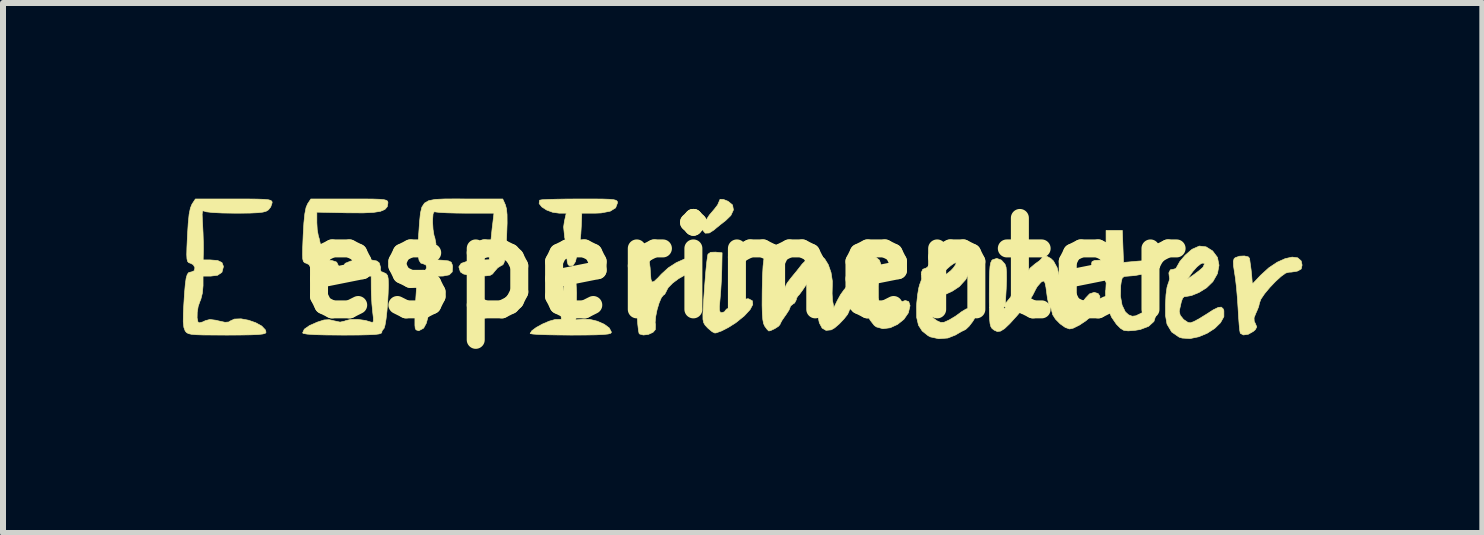
<source format=kicad_pcb>
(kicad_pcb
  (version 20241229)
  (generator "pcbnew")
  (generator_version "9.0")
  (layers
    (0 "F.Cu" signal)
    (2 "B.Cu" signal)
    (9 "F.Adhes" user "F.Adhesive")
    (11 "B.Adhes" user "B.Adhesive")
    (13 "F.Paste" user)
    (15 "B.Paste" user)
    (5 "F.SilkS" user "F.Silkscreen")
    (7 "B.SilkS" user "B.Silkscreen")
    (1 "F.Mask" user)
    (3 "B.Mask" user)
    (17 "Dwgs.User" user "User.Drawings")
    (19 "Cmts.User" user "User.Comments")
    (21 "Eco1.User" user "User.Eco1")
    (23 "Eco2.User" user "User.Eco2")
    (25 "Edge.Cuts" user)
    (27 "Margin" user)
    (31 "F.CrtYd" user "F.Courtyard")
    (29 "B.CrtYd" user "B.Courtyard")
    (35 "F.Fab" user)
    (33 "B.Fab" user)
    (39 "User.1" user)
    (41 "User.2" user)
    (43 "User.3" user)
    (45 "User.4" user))
  (footprint "esperimenter"
    (layer "F.Cu")
    (at 9.344 1.418)
    (property "Reference" "esperimenter" (at 0 0 0) (layer "F.SilkS") (effects (font (size 1.524 1.524) (thickness 0.3))))
    (attr through_hole)
    (fp_poly (pts (xy -0.333 -1.143) (xy -0.256 -1.112) (xy -0.182 -1.051) (xy -0.167 -0.969) (xy -0.21 -0.876) (xy -0.296 -0.792) (xy -0.389 -0.72) (xy -0.469 -0.654) (xy -0.489 -0.636) (xy -0.57 -0.584) (xy -0.637 -0.581) (xy -0.674 -0.625) (xy -0.677 -0.653) (xy -0.651 -0.755) (xy -0.568 -0.883) (xy -0.484 -0.982) (xy -0.431 -1.051) (xy -0.407 -1.106) (xy -0.406 -1.109) (xy -0.39 -1.146) (xy -0.333 -1.143)) (stroke (width 0.01) (type solid)) (fill yes) (layer "F.SilkS"))
    (fp_poly (pts (xy -2.816 0.129) (xy -2.791 0.24) (xy -2.782 0.413) (xy -2.784 0.526) (xy -2.794 0.865) (xy -2.686 0.852) (xy -2.563 0.856) (xy -2.435 0.887) (xy -2.32 0.938) (xy -2.237 1) (xy -2.202 1.067) (xy -2.201 1.072) (xy -2.213 1.088) (xy -2.255 1.1) (xy -2.333 1.108) (xy -2.457 1.114) (xy -2.632 1.117) (xy -2.867 1.118) (xy -2.879 1.118) (xy -3.085 1.116) (xy -3.265 1.113) (xy -3.411 1.108) (xy -3.51 1.101) (xy -3.555 1.093) (xy -3.556 1.091) (xy -3.527 1.045) (xy -3.451 0.989) (xy -3.348 0.933) (xy -3.238 0.886) (xy -3.139 0.858) (xy -3.07 0.857) (xy -3.068 0.858) (xy -3.036 0.853) (xy -3.039 0.809) (xy -3.046 0.733) (xy -3.04 0.618) (xy -3.024 0.482) (xy -3.002 0.343) (xy -2.975 0.218) (xy -2.948 0.123) (xy -2.922 0.078) (xy -2.92 0.076) (xy -2.859 0.075) (xy -2.816 0.129)) (stroke (width 0.01) (type solid)) (fill yes) (layer "F.SilkS"))
    (fp_poly (pts (xy -0.356 -0.254) (xy -0.361 0.017) (xy -0.367 0.187) (xy -0.378 0.369) (xy -0.39 0.516) (xy -0.401 0.639) (xy -0.4 0.708) (xy -0.385 0.739) (xy -0.36 0.745) (xy -0.312 0.728) (xy -0.305 0.711) (xy -0.277 0.681) (xy -0.256 0.677) (xy -0.194 0.652) (xy -0.179 0.635) (xy -0.115 0.576) (xy -0.02 0.53) (xy 0.071 0.512) (xy 0.088 0.514) (xy 0.149 0.547) (xy 0.155 0.609) (xy 0.11 0.694) (xy 0.016 0.796) (xy -0.122 0.908) (xy -0.135 0.917) (xy -0.252 0.991) (xy -0.365 1.049) (xy -0.454 1.081) (xy -0.477 1.084) (xy -0.522 1.062) (xy -0.587 1.008) (xy -0.599 0.996) (xy -0.639 0.953) (xy -0.663 0.912) (xy -0.675 0.856) (xy -0.676 0.77) (xy -0.669 0.638) (xy -0.665 0.564) (xy -0.645 0.277) (xy -0.627 0.051) (xy -0.61 -0.112) (xy -0.596 -0.209) (xy -0.591 -0.231) (xy -0.547 -0.262) (xy -0.466 -0.265) (xy -0.356 -0.254)) (stroke (width 0.01) (type solid)) (fill yes) (layer "F.SilkS"))
    (fp_poly (pts (xy -2.515 -1.151) (xy -2.351 -1.15) (xy -2.237 -1.146) (xy -2.164 -1.139) (xy -2.123 -1.128) (xy -2.104 -1.112) (xy -2.1 -1.09) (xy -2.1 -1.086) (xy -2.131 -1.003) (xy -2.222 -0.947) (xy -2.373 -0.918) (xy -2.473 -0.914) (xy -2.695 -0.914) (xy -2.704 -0.689) (xy -2.711 -0.569) (xy -2.721 -0.476) (xy -2.732 -0.431) (xy -2.747 -0.382) (xy -2.764 -0.289) (xy -2.773 -0.226) (xy -2.8 -0.108) (xy -2.842 -0.042) (xy -2.894 -0.035) (xy -2.923 -0.055) (xy -2.937 -0.101) (xy -2.946 -0.188) (xy -2.947 -0.234) (xy -2.955 -0.363) (xy -2.975 -0.488) (xy -2.981 -0.514) (xy -2.998 -0.684) (xy -2.985 -0.776) (xy -2.954 -0.914) (xy -3.07 -0.914) (xy -3.18 -0.929) (xy -3.282 -0.967) (xy -3.362 -1.019) (xy -3.406 -1.075) (xy -3.4 -1.126) (xy -3.396 -1.131) (xy -3.357 -1.138) (xy -3.261 -1.143) (xy -3.12 -1.147) (xy -2.943 -1.15) (xy -2.743 -1.151) (xy -2.738 -1.151) (xy -2.515 -1.151)) (stroke (width 0.01) (type solid)) (fill yes) (layer "F.SilkS"))
    (fp_poly (pts (xy -1.638 -0.197) (xy -1.596 -0.172) (xy -1.571 -0.112) (xy -1.556 -0.004) (xy -1.55 0.09) (xy -1.542 0.188) (xy -1.525 0.233) (xy -1.489 0.224) (xy -1.424 0.163) (xy -1.369 0.103) (xy -1.253 -0.003) (xy -1.122 -0.088) (xy -0.99 -0.147) (xy -0.867 -0.177) (xy -0.769 -0.174) (xy -0.706 -0.132) (xy -0.698 -0.116) (xy -0.696 -0.032) (xy -0.753 0.037) (xy -0.861 0.081) (xy -0.881 0.085) (xy -0.975 0.117) (xy -1.081 0.177) (xy -1.18 0.251) (xy -1.254 0.326) (xy -1.287 0.387) (xy -1.287 0.391) (xy -1.314 0.44) (xy -1.332 0.45) (xy -1.368 0.493) (xy -1.406 0.582) (xy -1.44 0.695) (xy -1.463 0.81) (xy -1.472 0.907) (xy -1.467 0.945) (xy -1.469 1.027) (xy -1.508 1.072) (xy -1.585 1.107) (xy -1.669 1.117) (xy -1.731 1.1) (xy -1.74 1.09) (xy -1.75 1.042) (xy -1.762 0.937) (xy -1.773 0.784) (xy -1.784 0.593) (xy -1.794 0.374) (xy -1.802 0.137) (xy -1.802 0.135) (xy -1.812 -0.186) (xy -1.705 -0.197) (xy -1.638 -0.197)) (stroke (width 0.01) (type solid)) (fill yes) (layer "F.SilkS"))
    (fp_poly (pts (xy -6.346 -1.151) (xy -6.181 -1.15) (xy -6.067 -1.146) (xy -5.993 -1.139) (xy -5.951 -1.128) (xy -5.932 -1.113) (xy -5.927 -1.091) (xy -5.927 -1.085) (xy -5.938 -1.022) (xy -5.977 -0.977) (xy -6.052 -0.945) (xy -6.169 -0.927) (xy -6.338 -0.919) (xy -6.565 -0.92) (xy -6.602 -0.92) (xy -7.112 -0.931) (xy -7.112 -0.755) (xy -7.105 -0.635) (xy -7.086 -0.531) (xy -7.074 -0.495) (xy -7.052 -0.396) (xy -7.07 -0.273) (xy -7.105 -0.135) (xy -6.963 -0.135) (xy -6.864 -0.126) (xy -6.792 -0.103) (xy -6.78 -0.095) (xy -6.742 -0.018) (xy -6.76 0.06) (xy -6.805 0.1) (xy -6.892 0.127) (xy -7.001 0.134) (xy -7.104 0.124) (xy -7.171 0.097) (xy -7.173 0.095) (xy -7.209 0.026) (xy -7.214 -0.003) (xy -7.242 -0.056) (xy -7.287 -0.079) (xy -7.316 -0.089) (xy -7.336 -0.11) (xy -7.347 -0.151) (xy -7.35 -0.225) (xy -7.348 -0.342) (xy -7.341 -0.515) (xy -7.34 -0.542) (xy -7.328 -0.753) (xy -7.312 -0.906) (xy -7.292 -1.008) (xy -7.266 -1.069) (xy -7.212 -1.151) (xy -6.569 -1.151) (xy -6.346 -1.151)) (stroke (width 0.01) (type solid)) (fill yes) (layer "F.SilkS"))
    (fp_poly (pts (xy 8.416 -0.186) (xy 8.437 -0.161) (xy 8.446 -0.093) (xy 8.452 -0.051) (xy 8.463 0.029) (xy 8.473 0.132) (xy 8.474 0.142) (xy 8.484 0.267) (xy 8.623 0.12) (xy 8.758 -0.003) (xy 8.897 -0.096) (xy 9.03 -0.156) (xy 9.147 -0.182) (xy 9.24 -0.17) (xy 9.298 -0.118) (xy 9.313 -0.049) (xy 9.298 0.016) (xy 9.239 0.05) (xy 9.213 0.056) (xy 9.135 0.068) (xy 9.093 0.07) (xy 9.04 0.084) (xy 8.961 0.141) (xy 8.868 0.226) (xy 8.773 0.326) (xy 8.688 0.428) (xy 8.627 0.518) (xy 8.602 0.584) (xy 8.602 0.587) (xy 8.588 0.647) (xy 8.553 0.732) (xy 8.546 0.745) (xy 8.512 0.83) (xy 8.515 0.889) (xy 8.534 0.926) (xy 8.557 0.982) (xy 8.533 1.028) (xy 8.501 1.056) (xy 8.415 1.105) (xy 8.334 1.116) (xy 8.283 1.088) (xy 8.274 1.044) (xy 8.264 0.947) (xy 8.254 0.813) (xy 8.247 0.69) (xy 8.235 0.508) (xy 8.219 0.322) (xy 8.2 0.16) (xy 8.189 0.09) (xy 8.17 -0.036) (xy 8.167 -0.112) (xy 8.179 -0.154) (xy 8.198 -0.172) (xy 8.269 -0.197) (xy 8.351 -0.201) (xy 8.416 -0.186)) (stroke (width 0.01) (type solid)) (fill yes) (layer "F.SilkS"))
    (fp_poly (pts (xy -6.192 -0.132) (xy -6.116 -0.118) (xy -6.076 -0.09) (xy -6.068 -0.076) (xy -6.049 -0.006) (xy -6.053 0.025) (xy -6.04 0.062) (xy -6.015 0.068) (xy -5.957 0.095) (xy -5.932 0.127) (xy -5.922 0.182) (xy -5.919 0.285) (xy -5.923 0.418) (xy -5.931 0.568) (xy -5.943 0.717) (xy -5.958 0.85) (xy -5.975 0.951) (xy -5.991 1.006) (xy -5.996 1.01) (xy -6.026 1.049) (xy -6.028 1.07) (xy -6.038 1.086) (xy -6.074 1.099) (xy -6.144 1.108) (xy -6.256 1.113) (xy -6.417 1.117) (xy -6.637 1.118) (xy -6.689 1.118) (xy -6.95 1.116) (xy -7.144 1.111) (xy -7.274 1.102) (xy -7.34 1.09) (xy -7.349 1.081) (xy -7.321 1.02) (xy -7.234 0.959) (xy -7.104 0.902) (xy -6.992 0.866) (xy -6.907 0.861) (xy -6.826 0.88) (xy -6.724 0.902) (xy -6.645 0.884) (xy -6.635 0.879) (xy -6.548 0.857) (xy -6.426 0.857) (xy -6.298 0.875) (xy -6.219 0.899) (xy -6.184 0.908) (xy -6.169 0.888) (xy -6.17 0.826) (xy -6.18 0.742) (xy -6.194 0.6) (xy -6.203 0.437) (xy -6.205 0.347) (xy -6.206 0.135) (xy -6.386 0.135) (xy -6.535 0.119) (xy -6.632 0.072) (xy -6.671 -0.005) (xy -6.672 -0.018) (xy -6.64 -0.078) (xy -6.544 -0.117) (xy -6.384 -0.134) (xy -6.32 -0.135) (xy -6.192 -0.132)) (stroke (width 0.01) (type solid)) (fill yes) (layer "F.SilkS"))
    (fp_poly (pts (xy 6.326 -0.36) (xy 6.336 -0.093) (xy 6.583 -0.115) (xy 6.713 -0.123) (xy 6.82 -0.124) (xy 6.884 -0.117) (xy 6.887 -0.116) (xy 6.938 -0.071) (xy 6.937 -0.012) (xy 6.89 0.038) (xy 6.85 0.053) (xy 6.749 0.077) (xy 6.639 0.104) (xy 6.638 0.105) (xy 6.523 0.126) (xy 6.414 0.135) (xy 6.349 0.14) (xy 6.315 0.166) (xy 6.298 0.231) (xy 6.289 0.296) (xy 6.285 0.469) (xy 6.312 0.619) (xy 6.366 0.731) (xy 6.421 0.781) (xy 6.481 0.804) (xy 6.54 0.797) (xy 6.626 0.756) (xy 6.64 0.748) (xy 6.758 0.697) (xy 6.836 0.699) (xy 6.872 0.755) (xy 6.875 0.789) (xy 6.843 0.891) (xy 6.754 0.972) (xy 6.615 1.025) (xy 6.523 1.04) (xy 6.413 1.048) (xy 6.342 1.04) (xy 6.285 1.005) (xy 6.217 0.936) (xy 6.137 0.82) (xy 6.075 0.673) (xy 6.038 0.52) (xy 6.036 0.387) (xy 6.041 0.362) (xy 6.047 0.247) (xy 6.006 0.16) (xy 5.939 0.121) (xy 5.872 0.078) (xy 5.821 0.005) (xy 5.802 -0.071) (xy 5.812 -0.108) (xy 5.856 -0.127) (xy 5.94 -0.131) (xy 5.964 -0.129) (xy 6.056 -0.128) (xy 6.097 -0.145) (xy 6.08 -0.175) (xy 6.071 -0.181) (xy 6.057 -0.221) (xy 6.048 -0.308) (xy 6.045 -0.412) (xy 6.045 -0.627) (xy 6.316 -0.627) (xy 6.326 -0.36)) (stroke (width 0.01) (type solid)) (fill yes) (layer "F.SilkS"))
    (fp_poly (pts (xy 7.712 -0.353) (xy 7.821 -0.285) (xy 7.902 -0.177) (xy 7.928 -0.046) (xy 7.902 0.093) (xy 7.825 0.228) (xy 7.721 0.329) (xy 7.596 0.407) (xy 7.469 0.459) (xy 7.382 0.474) (xy 7.346 0.479) (xy 7.321 0.504) (xy 7.3 0.563) (xy 7.276 0.669) (xy 7.265 0.721) (xy 7.281 0.788) (xy 7.337 0.858) (xy 7.409 0.906) (xy 7.449 0.914) (xy 7.502 0.896) (xy 7.591 0.849) (xy 7.698 0.783) (xy 7.705 0.779) (xy 7.831 0.698) (xy 7.915 0.657) (xy 7.966 0.652) (xy 7.997 0.68) (xy 8.009 0.711) (xy 8.009 0.811) (xy 7.953 0.912) (xy 7.857 1.006) (xy 7.732 1.087) (xy 7.591 1.146) (xy 7.447 1.176) (xy 7.314 1.168) (xy 7.264 1.153) (xy 7.139 1.067) (xy 7.061 0.936) (xy 7.036 0.791) (xy 7.036 0.607) (xy 7.044 0.446) (xy 7.061 0.323) (xy 7.083 0.251) (xy 7.087 0.246) (xy 7.104 0.185) (xy 7.401 0.185) (xy 7.519 0.103) (xy 7.598 0.043) (xy 7.653 -0.005) (xy 7.662 -0.015) (xy 7.687 -0.071) (xy 7.661 -0.084) (xy 7.622 -0.069) (xy 7.56 -0.019) (xy 7.49 0.06) (xy 7.479 0.076) (xy 7.401 0.185) (xy 7.104 0.185) (xy 7.105 0.18) (xy 7.1 0.153) (xy 7.092 0.081) (xy 7.117 0.03) (xy 7.163 0.022) (xy 7.208 0.009) (xy 7.227 -0.023) (xy 7.276 -0.11) (xy 7.362 -0.211) (xy 7.464 -0.301) (xy 7.484 -0.315) (xy 7.6 -0.366) (xy 7.712 -0.353)) (stroke (width 0.01) (type solid)) (fill yes) (layer "F.SilkS"))
    (fp_poly (pts (xy 3.57 -0.354) (xy 3.653 -0.308) (xy 3.66 -0.303) (xy 3.751 -0.203) (xy 3.787 -0.079) (xy 3.772 0.055) (xy 3.708 0.189) (xy 3.599 0.309) (xy 3.482 0.386) (xy 3.373 0.436) (xy 3.275 0.468) (xy 3.231 0.474) (xy 3.178 0.483) (xy 3.153 0.521) (xy 3.145 0.607) (xy 3.145 0.61) (xy 3.14 0.707) (xy 3.137 0.777) (xy 3.136 0.786) (xy 3.16 0.83) (xy 3.223 0.878) (xy 3.287 0.907) (xy 3.344 0.905) (xy 3.424 0.869) (xy 3.437 0.862) (xy 3.534 0.804) (xy 3.614 0.746) (xy 3.625 0.736) (xy 3.714 0.682) (xy 3.802 0.672) (xy 3.866 0.709) (xy 3.869 0.713) (xy 3.881 0.768) (xy 3.851 0.844) (xy 3.823 0.89) (xy 3.762 0.97) (xy 3.706 1.023) (xy 3.691 1.031) (xy 3.629 1.061) (xy 3.546 1.11) (xy 3.539 1.115) (xy 3.408 1.167) (xy 3.257 1.179) (xy 3.118 1.149) (xy 3.078 1.128) (xy 2.98 1.05) (xy 2.918 0.954) (xy 2.888 0.825) (xy 2.886 0.649) (xy 2.889 0.585) (xy 2.903 0.448) (xy 2.922 0.334) (xy 2.942 0.263) (xy 2.948 0.252) (xy 2.971 0.183) (xy 2.967 0.146) (xy 2.966 0.106) (xy 3.319 0.106) (xy 3.34 0.12) (xy 3.391 0.097) (xy 3.457 0.044) (xy 3.499 -0.001) (xy 3.539 -0.058) (xy 3.546 -0.089) (xy 3.513 -0.08) (xy 3.454 -0.039) (xy 3.389 0.018) (xy 3.337 0.072) (xy 3.319 0.106) (xy 2.966 0.106) (xy 2.964 0.077) (xy 2.99 0.021) (xy 3.032 0.005) (xy 3.035 0.006) (xy 3.068 -0.014) (xy 3.109 -0.076) (xy 3.116 -0.09) (xy 3.177 -0.173) (xy 3.272 -0.258) (xy 3.378 -0.329) (xy 3.474 -0.369) (xy 3.504 -0.373) (xy 3.57 -0.354)) (stroke (width 0.01) (type solid)) (fill yes) (layer "F.SilkS"))
    (fp_poly (pts (xy 5.057 -0.196) (xy 5.125 -0.158) (xy 5.169 -0.116) (xy 5.229 -0.006) (xy 5.274 0.168) (xy 5.282 0.214) (xy 5.312 0.36) (xy 5.353 0.501) (xy 5.392 0.598) (xy 5.465 0.74) (xy 5.557 0.666) (xy 5.64 0.584) (xy 5.705 0.5) (xy 5.77 0.431) (xy 5.847 0.406) (xy 5.912 0.425) (xy 5.942 0.47) (xy 5.941 0.558) (xy 5.901 0.666) (xy 5.833 0.769) (xy 5.813 0.79) (xy 5.712 0.877) (xy 5.6 0.952) (xy 5.497 1.003) (xy 5.437 1.016) (xy 5.365 0.991) (xy 5.28 0.931) (xy 5.203 0.853) (xy 5.155 0.778) (xy 5.148 0.748) (xy 5.129 0.678) (xy 5.114 0.657) (xy 5.091 0.606) (xy 5.069 0.513) (xy 5.061 0.456) (xy 5.043 0.322) (xy 5.027 0.246) (xy 5.007 0.217) (xy 4.979 0.224) (xy 4.958 0.24) (xy 4.898 0.309) (xy 4.872 0.354) (xy 4.82 0.457) (xy 4.758 0.554) (xy 4.673 0.663) (xy 4.557 0.798) (xy 4.439 0.928) (xy 4.352 1.011) (xy 4.286 1.052) (xy 4.232 1.059) (xy 4.18 1.036) (xy 4.171 1.029) (xy 4.143 1.007) (xy 4.124 0.976) (xy 4.111 0.927) (xy 4.103 0.848) (xy 4.099 0.729) (xy 4.099 0.66) (xy 4.335 0.66) (xy 4.352 0.677) (xy 4.369 0.66) (xy 4.352 0.643) (xy 4.335 0.66) (xy 4.099 0.66) (xy 4.098 0.559) (xy 4.098 0.442) (xy 4.099 0.233) (xy 4.103 0.081) (xy 4.11 -0.023) (xy 4.122 -0.088) (xy 4.14 -0.126) (xy 4.15 -0.136) (xy 4.223 -0.16) (xy 4.3 -0.132) (xy 4.36 -0.065) (xy 4.378 -0.014) (xy 4.385 0.066) (xy 4.386 0.188) (xy 4.381 0.327) (xy 4.381 0.336) (xy 4.366 0.593) (xy 4.436 0.508) (xy 4.508 0.413) (xy 4.563 0.33) (xy 4.609 0.266) (xy 4.643 0.237) (xy 4.644 0.237) (xy 4.67 0.208) (xy 4.701 0.137) (xy 4.707 0.12) (xy 4.777 0.003) (xy 4.862 -0.069) (xy 4.935 -0.121) (xy 4.976 -0.164) (xy 4.978 -0.172) (xy 5.001 -0.203) (xy 5.057 -0.196)) (stroke (width 0.01) (type solid)) (fill yes) (layer "F.SilkS"))
    (fp_poly (pts (xy -4.647 -1.151) (xy -4.013 -1.151) (xy -3.969 -1.053) (xy -3.951 -0.988) (xy -3.941 -0.89) (xy -3.94 -0.748) (xy -3.947 -0.552) (xy -3.949 -0.507) (xy -3.96 -0.322) (xy -3.971 -0.195) (xy -3.983 -0.114) (xy -4 -0.068) (xy -4.022 -0.047) (xy -4.034 -0.043) (xy -4.097 -0.004) (xy -4.149 0.056) (xy -4.183 0.099) (xy -4.225 0.123) (xy -4.295 0.131) (xy -4.409 0.13) (xy -4.443 0.128) (xy -4.581 0.119) (xy -4.666 0.1) (xy -4.713 0.07) (xy -4.721 0.059) (xy -4.745 -0.019) (xy -4.706 -0.077) (xy -4.602 -0.113) (xy -4.461 -0.128) (xy -4.239 -0.138) (xy -4.22 -0.349) (xy -4.206 -0.5) (xy -4.19 -0.657) (xy -4.18 -0.737) (xy -4.159 -0.914) (xy -4.617 -0.914) (xy -4.79 -0.916) (xy -4.941 -0.92) (xy -5.057 -0.926) (xy -5.122 -0.933) (xy -5.128 -0.935) (xy -5.159 -0.936) (xy -5.175 -0.902) (xy -5.181 -0.819) (xy -5.182 -0.763) (xy -5.175 -0.644) (xy -5.159 -0.545) (xy -5.145 -0.504) (xy -5.126 -0.404) (xy -5.141 -0.287) (xy -5.173 -0.139) (xy -5.016 -0.129) (xy -4.92 -0.119) (xy -4.872 -0.097) (xy -4.853 -0.05) (xy -4.849 -0.021) (xy -4.855 0.065) (xy -4.905 0.114) (xy -5.007 0.134) (xy -5.052 0.135) (xy -5.176 0.135) (xy -5.193 0.347) (xy -5.218 0.589) (xy -5.25 0.782) (xy -5.287 0.92) (xy -5.33 0.999) (xy -5.339 1.007) (xy -5.413 1.046) (xy -5.458 1.031) (xy -5.472 1.004) (xy -5.477 0.955) (xy -5.477 0.852) (xy -5.472 0.711) (xy -5.464 0.545) (xy -5.463 0.522) (xy -5.451 0.343) (xy -5.44 0.22) (xy -5.428 0.143) (xy -5.412 0.101) (xy -5.389 0.081) (xy -5.359 0.074) (xy -5.306 0.045) (xy -5.282 -0.005) (xy -5.293 -0.051) (xy -5.333 -0.068) (xy -5.378 -0.082) (xy -5.408 -0.129) (xy -5.423 -0.218) (xy -5.425 -0.357) (xy -5.415 -0.553) (xy -5.412 -0.592) (xy -5.399 -0.776) (xy -5.385 -0.915) (xy -5.361 -1.015) (xy -5.317 -1.082) (xy -5.246 -1.123) (xy -5.138 -1.144) (xy -4.985 -1.151) (xy -4.778 -1.152) (xy -4.647 -1.151)) (stroke (width 0.01) (type solid)) (fill yes) (layer "F.SilkS"))
    (fp_poly (pts (xy -8.274 -1.151) (xy -8.109 -1.149) (xy -7.995 -1.145) (xy -7.921 -1.138) (xy -7.88 -1.127) (xy -7.861 -1.111) (xy -7.857 -1.09) (xy -7.857 -1.089) (xy -7.881 -1.018) (xy -7.919 -0.97) (xy -7.954 -0.948) (xy -8.01 -0.932) (xy -8.096 -0.922) (xy -8.224 -0.916) (xy -8.405 -0.914) (xy -8.471 -0.914) (xy -8.685 -0.917) (xy -8.848 -0.925) (xy -8.955 -0.937) (xy -8.998 -0.951) (xy -9.017 -0.951) (xy -9.024 -0.897) (xy -9.02 -0.784) (xy -9.017 -0.74) (xy -9.009 -0.584) (xy -9.004 -0.426) (xy -9.003 -0.313) (xy -9.007 -0.135) (xy -8.892 -0.135) (xy -8.765 -0.125) (xy -8.694 -0.091) (xy -8.67 -0.029) (xy -8.67 -0.02) (xy -8.694 0.071) (xy -8.767 0.121) (xy -8.88 0.135) (xy -9.009 0.135) (xy -9.009 0.296) (xy -9.02 0.417) (xy -9.047 0.526) (xy -9.06 0.554) (xy -9.09 0.639) (xy -9.106 0.738) (xy -9.108 0.831) (xy -9.095 0.897) (xy -9.074 0.914) (xy -9.017 0.9) (xy -8.969 0.877) (xy -8.895 0.858) (xy -8.792 0.871) (xy -8.749 0.882) (xy -8.643 0.905) (xy -8.581 0.9) (xy -8.56 0.885) (xy -8.485 0.851) (xy -8.376 0.847) (xy -8.252 0.87) (xy -8.131 0.912) (xy -8.03 0.968) (xy -7.969 1.033) (xy -7.959 1.072) (xy -7.971 1.088) (xy -8.013 1.1) (xy -8.092 1.109) (xy -8.217 1.114) (xy -8.395 1.117) (xy -8.611 1.118) (xy -8.837 1.117) (xy -9.004 1.116) (xy -9.123 1.112) (xy -9.203 1.105) (xy -9.253 1.093) (xy -9.283 1.077) (xy -9.303 1.054) (xy -9.308 1.046) (xy -9.329 0.989) (xy -9.339 0.895) (xy -9.337 0.754) (xy -9.331 0.632) (xy -9.318 0.423) (xy -9.305 0.273) (xy -9.291 0.171) (xy -9.273 0.11) (xy -9.251 0.078) (xy -9.22 0.068) (xy -9.21 0.068) (xy -9.157 0.046) (xy -9.144 -0.004) (xy -9.172 -0.055) (xy -9.217 -0.079) (xy -9.247 -0.089) (xy -9.266 -0.109) (xy -9.277 -0.151) (xy -9.281 -0.224) (xy -9.278 -0.342) (xy -9.27 -0.514) (xy -9.269 -0.54) (xy -9.256 -0.747) (xy -9.241 -0.897) (xy -9.22 -0.999) (xy -9.194 -1.063) (xy -9.192 -1.066) (xy -9.136 -1.151) (xy -8.497 -1.151) (xy -8.274 -1.151)) (stroke (width 0.01) (type solid)) (fill yes) (layer "F.SilkS"))
    (fp_poly (pts (xy 0.524 -0.245) (xy 0.571 -0.164) (xy 0.596 -0.025) (xy 0.601 0.176) (xy 0.601 0.192) (xy 0.598 0.336) (xy 0.598 0.421) (xy 0.605 0.456) (xy 0.62 0.45) (xy 0.646 0.411) (xy 0.652 0.401) (xy 0.692 0.329) (xy 0.711 0.285) (xy 0.711 0.283) (xy 0.731 0.247) (xy 0.781 0.181) (xy 0.804 0.152) (xy 0.888 0.05) (xy 0.971 -0.056) (xy 0.98 -0.067) (xy 1.085 -0.173) (xy 1.193 -0.214) (xy 1.282 -0.205) (xy 1.353 -0.155) (xy 1.414 -0.056) (xy 1.46 0.075) (xy 1.482 0.218) (xy 1.481 0.303) (xy 1.478 0.424) (xy 1.484 0.534) (xy 1.488 0.559) (xy 1.508 0.66) (xy 1.565 0.542) (xy 1.619 0.444) (xy 1.678 0.362) (xy 1.684 0.356) (xy 1.751 0.272) (xy 1.832 0.159) (xy 1.911 0.038) (xy 1.973 -0.068) (xy 2.001 -0.125) (xy 2.052 -0.186) (xy 2.126 -0.203) (xy 2.205 -0.182) (xy 2.266 -0.132) (xy 2.292 -0.059) (xy 2.285 -0.02) (xy 2.272 0.048) (xy 2.259 0.16) (xy 2.249 0.294) (xy 2.248 0.305) (xy 2.249 0.496) (xy 2.274 0.633) (xy 2.321 0.713) (xy 2.389 0.734) (xy 2.474 0.694) (xy 2.527 0.645) (xy 2.618 0.57) (xy 2.698 0.541) (xy 2.755 0.56) (xy 2.777 0.626) (xy 2.777 0.628) (xy 2.749 0.748) (xy 2.675 0.855) (xy 2.569 0.94) (xy 2.447 0.996) (xy 2.325 1.012) (xy 2.216 0.982) (xy 2.181 0.957) (xy 2.112 0.869) (xy 2.05 0.75) (xy 2.008 0.63) (xy 1.998 0.563) (xy 1.981 0.481) (xy 1.941 0.452) (xy 1.893 0.476) (xy 1.853 0.55) (xy 1.845 0.579) (xy 1.821 0.648) (xy 1.792 0.677) (xy 1.763 0.704) (xy 1.76 0.72) (xy 1.736 0.773) (xy 1.675 0.85) (xy 1.598 0.931) (xy 1.52 0.998) (xy 1.463 1.031) (xy 1.377 1.04) (xy 1.312 1.002) (xy 1.265 0.914) (xy 1.235 0.77) (xy 1.221 0.566) (xy 1.219 0.432) (xy 1.216 0.292) (xy 1.209 0.181) (xy 1.197 0.114) (xy 1.189 0.102) (xy 1.156 0.128) (xy 1.101 0.197) (xy 1.046 0.279) (xy 0.982 0.374) (xy 0.931 0.443) (xy 0.907 0.468) (xy 0.883 0.507) (xy 0.881 0.529) (xy 0.853 0.583) (xy 0.83 0.597) (xy 0.785 0.634) (xy 0.779 0.652) (xy 0.76 0.7) (xy 0.712 0.774) (xy 0.694 0.799) (xy 0.641 0.876) (xy 0.612 0.931) (xy 0.61 0.941) (xy 0.583 0.972) (xy 0.522 1.011) (xy 0.456 1.042) (xy 0.423 1.05) (xy 0.396 1.025) (xy 0.356 0.971) (xy 0.336 0.928) (xy 0.323 0.862) (xy 0.315 0.764) (xy 0.311 0.622) (xy 0.312 0.426) (xy 0.313 0.353) (xy 0.318 0.131) (xy 0.327 -0.032) (xy 0.34 -0.145) (xy 0.361 -0.216) (xy 0.391 -0.255) (xy 0.432 -0.27) (xy 0.454 -0.271) (xy 0.524 -0.245)) (stroke (width 0.01) (type solid)) (fill yes) (layer "F.SilkS")))
  (gr_rect
    (start -3 -3)
    (end 21.662 5.836)
    (stroke (width 0.1) (type default))
    (fill no)
    (layer "Edge.Cuts")))
</source>
